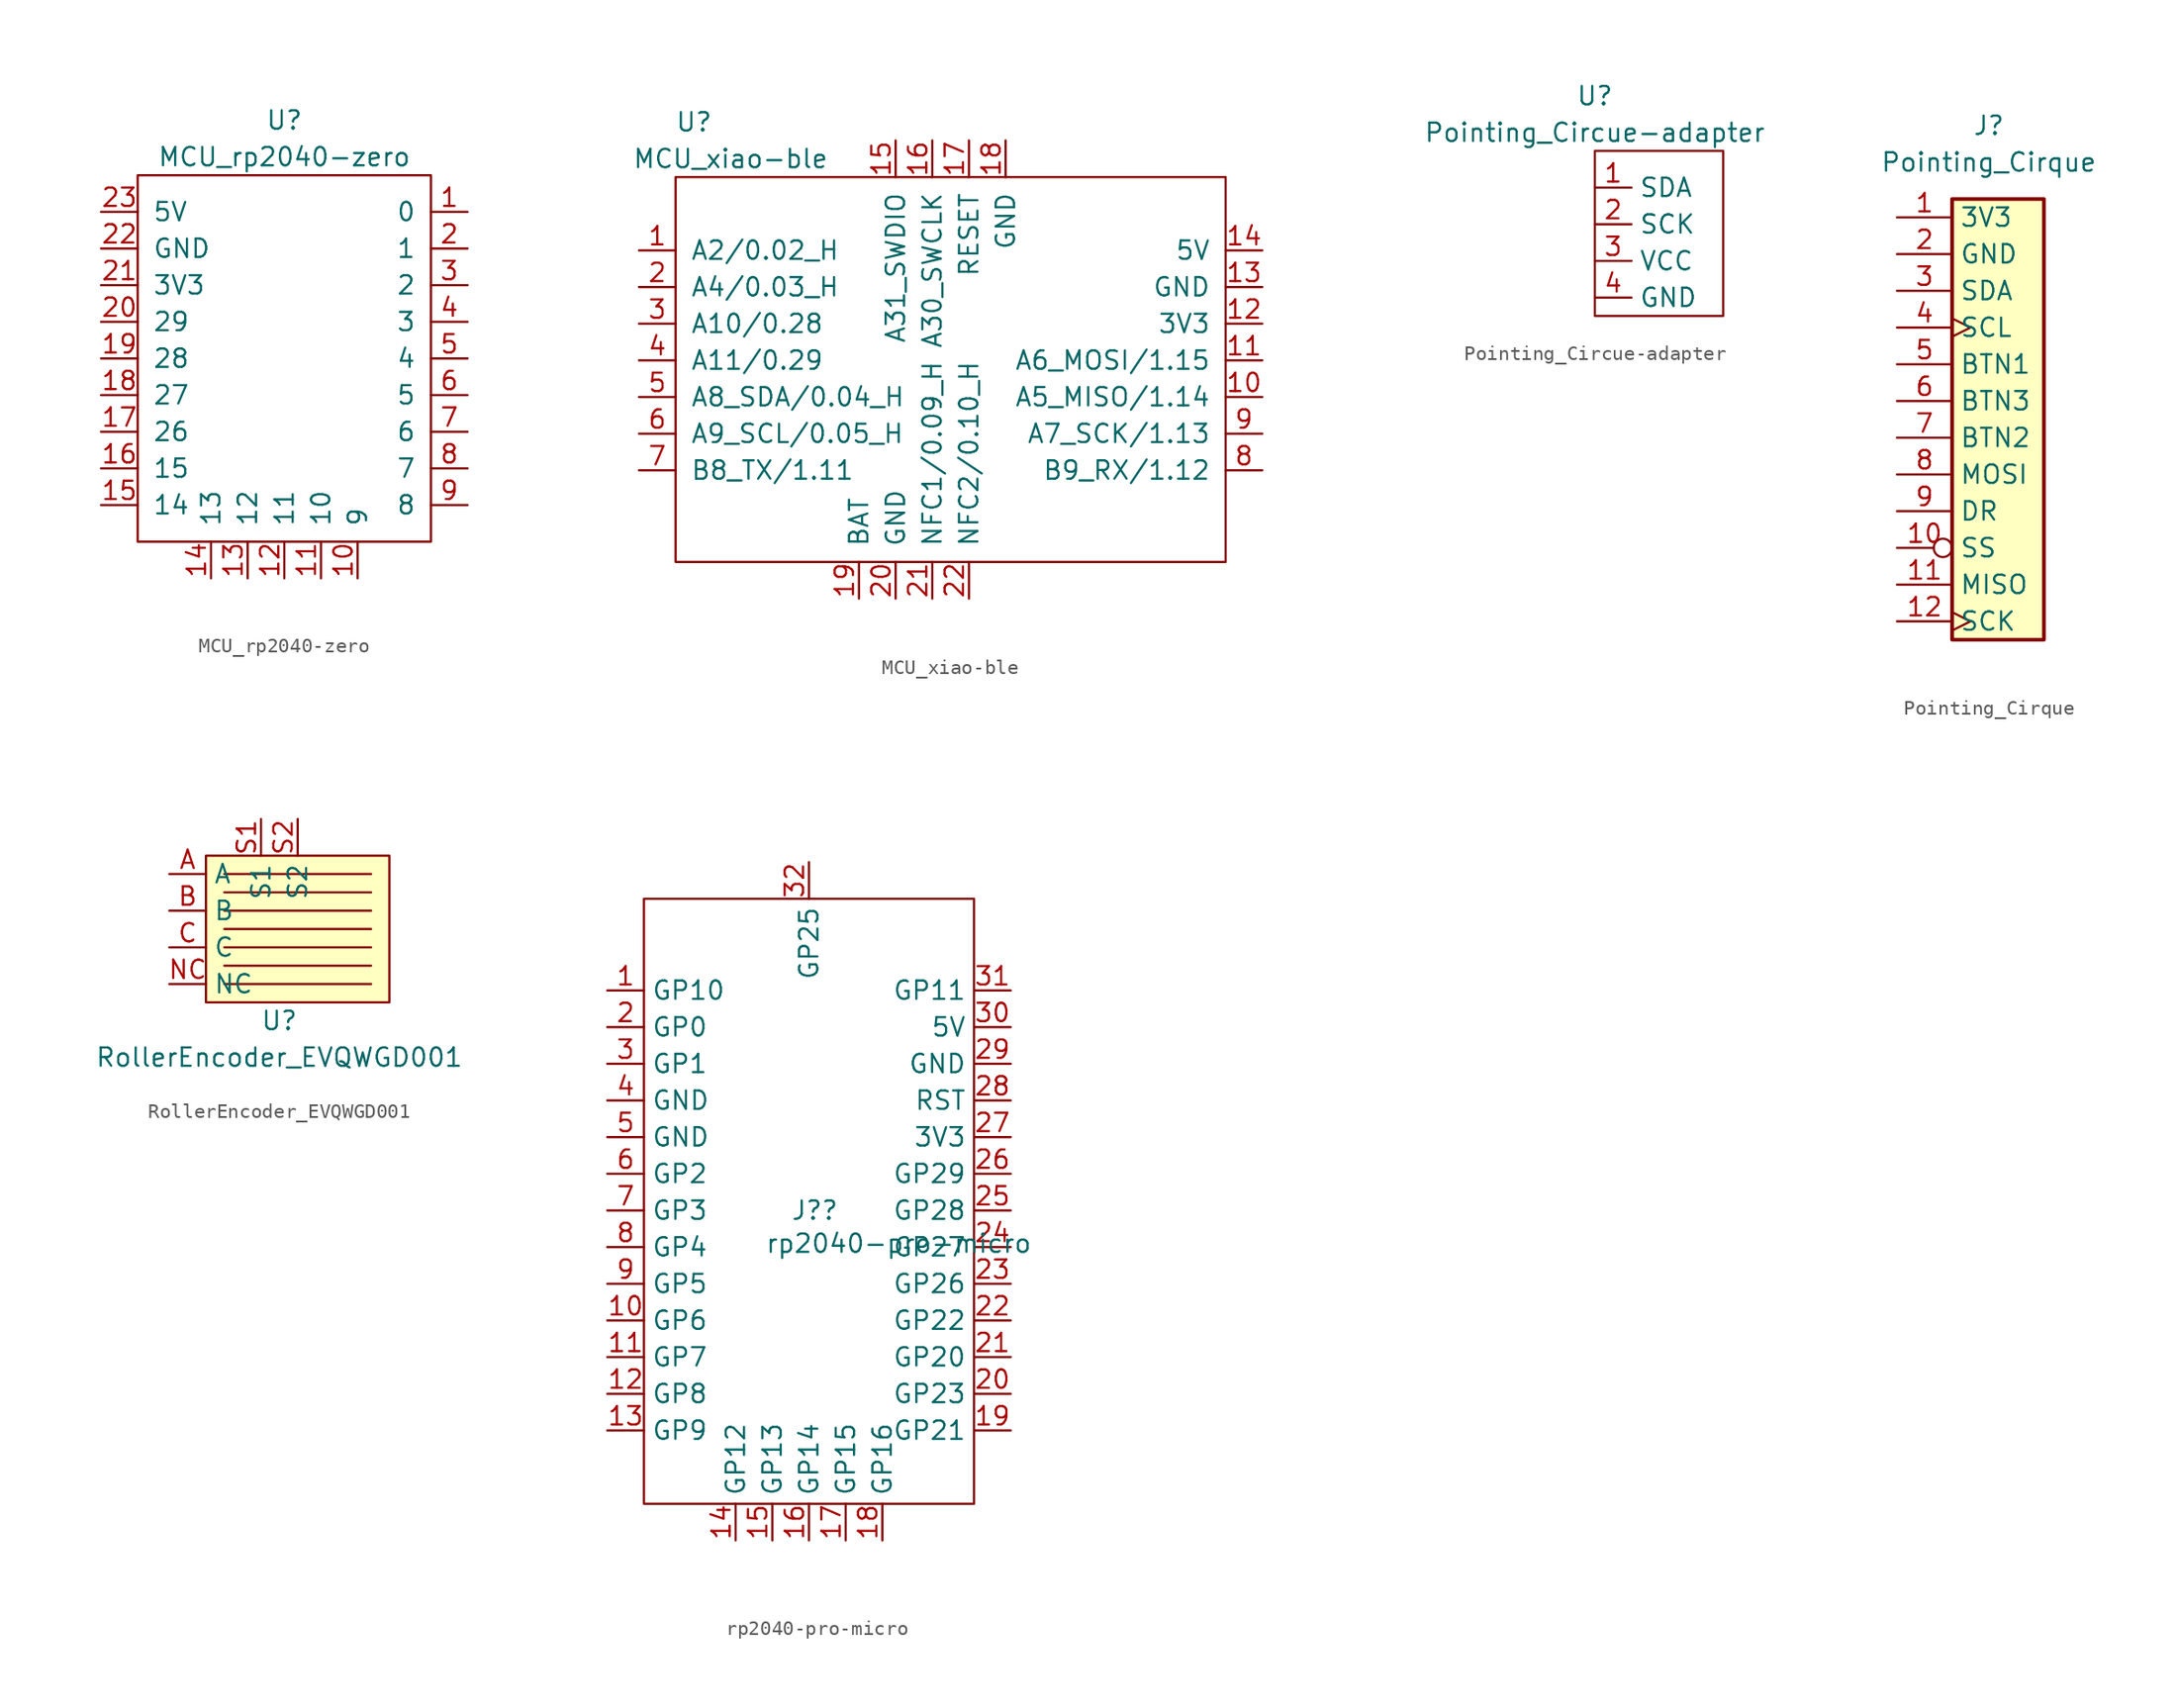
<source format=kicad_sym>
(kicad_symbol_lib
  (version 20231120)
  (generator "kicad_symbol_editor")
  (generator_version "8.0")
  (symbol "MCU_rp2040-zero"
    (pin_names
      (offset 1.016))
    (property "Reference" "U"
      (at 0 15.24 0)
      (effects (font (size 1.27 1.27))))
    (property "Value" "MCU_rp2040-zero"
      (at 0 12.7 0)
      (effects (font (size 1.27 1.27))))
    (symbol "MCU_rp2040-zero_0_1"
      (rectangle (start -10.16 11.43) (end 10.16 -13.97) (stroke (width 0) (type default)) (fill (type none))))
    (symbol "MCU_rp2040-zero_1_1"
      (pin bidirectional line (at 12.7 8.89 180) (length 2.54) (name "0" (effects (font (size 1.27 1.27)))) (number "1" (effects (font (size 1.27 1.27)))))
      (pin bidirectional line (at 5.08 -16.51 90) (length 2.54) (name "9" (effects (font (size 1.27 1.27)))) (number "10" (effects (font (size 1.27 1.27)))))
      (pin bidirectional line (at 2.54 -16.51 90) (length 2.54) (name "10" (effects (font (size 1.27 1.27)))) (number "11" (effects (font (size 1.27 1.27)))))
      (pin bidirectional line (at 0 -16.51 90) (length 2.54) (name "11" (effects (font (size 1.27 1.27)))) (number "12" (effects (font (size 1.27 1.27)))))
      (pin bidirectional line (at -2.54 -16.51 90) (length 2.54) (name "12" (effects (font (size 1.27 1.27)))) (number "13" (effects (font (size 1.27 1.27)))))
      (pin bidirectional line (at -5.08 -16.51 90) (length 2.54) (name "13" (effects (font (size 1.27 1.27)))) (number "14" (effects (font (size 1.27 1.27)))))
      (pin bidirectional line (at -12.7 -11.43 0) (length 2.54) (name "14" (effects (font (size 1.27 1.27)))) (number "15" (effects (font (size 1.27 1.27)))))
      (pin bidirectional line (at -12.7 -8.89 0) (length 2.54) (name "15" (effects (font (size 1.27 1.27)))) (number "16" (effects (font (size 1.27 1.27)))))
      (pin bidirectional line (at -12.7 -6.35 0) (length 2.54) (name "26" (effects (font (size 1.27 1.27)))) (number "17" (effects (font (size 1.27 1.27)))))
      (pin bidirectional line (at -12.7 -3.81 0) (length 2.54) (name "27" (effects (font (size 1.27 1.27)))) (number "18" (effects (font (size 1.27 1.27)))))
      (pin bidirectional line (at -12.7 -1.27 0) (length 2.54) (name "28" (effects (font (size 1.27 1.27)))) (number "19" (effects (font (size 1.27 1.27)))))
      (pin bidirectional line (at 12.7 6.35 180) (length 2.54) (name "1" (effects (font (size 1.27 1.27)))) (number "2" (effects (font (size 1.27 1.27)))))
      (pin bidirectional line (at -12.7 1.27 0) (length 2.54) (name "29" (effects (font (size 1.27 1.27)))) (number "20" (effects (font (size 1.27 1.27)))))
      (pin power_out line (at -12.7 3.81 0) (length 2.54) (name "3V3" (effects (font (size 1.27 1.27)))) (number "21" (effects (font (size 1.27 1.27)))))
      (pin power_out line (at -12.7 6.35 0) (length 2.54) (name "GND" (effects (font (size 1.27 1.27)))) (number "22" (effects (font (size 1.27 1.27)))))
      (pin power_out line (at -12.7 8.89 0) (length 2.54) (name "5V" (effects (font (size 1.27 1.27)))) (number "23" (effects (font (size 1.27 1.27)))))
      (pin bidirectional line (at 12.7 3.81 180) (length 2.54) (name "2" (effects (font (size 1.27 1.27)))) (number "3" (effects (font (size 1.27 1.27)))))
      (pin bidirectional line (at 12.7 1.27 180) (length 2.54) (name "3" (effects (font (size 1.27 1.27)))) (number "4" (effects (font (size 1.27 1.27)))))
      (pin bidirectional line (at 12.7 -1.27 180) (length 2.54) (name "4" (effects (font (size 1.27 1.27)))) (number "5" (effects (font (size 1.27 1.27)))))
      (pin bidirectional line (at 12.7 -3.81 180) (length 2.54) (name "5" (effects (font (size 1.27 1.27)))) (number "6" (effects (font (size 1.27 1.27)))))
      (pin bidirectional line (at 12.7 -6.35 180) (length 2.54) (name "6" (effects (font (size 1.27 1.27)))) (number "7" (effects (font (size 1.27 1.27)))))
      (pin bidirectional line (at 12.7 -8.89 180) (length 2.54) (name "7" (effects (font (size 1.27 1.27)))) (number "8" (effects (font (size 1.27 1.27)))))
      (pin bidirectional line (at 12.7 -11.43 180) (length 2.54) (name "8" (effects (font (size 1.27 1.27)))) (number "9" (effects (font (size 1.27 1.27)))))))
  (symbol "MCU_xiao-ble"
    (pin_names
      (offset 1.016))
    (property "Reference" "U"
      (at -17.78 16.51 0)
      (effects (font (size 1.27 1.27))))
    (property "Value" "MCU_xiao-ble"
      (at -15.24 13.97 0)
      (effects (font (size 1.27 1.27))))
    (symbol "MCU_xiao-ble_0_1"
      (rectangle (start -19.05 12.7) (end 19.05 -13.97) (stroke (width 0) (type default)) (fill (type none))))
    (symbol "MCU_xiao-ble_1_1"
      (pin bidirectional line (at -21.59 7.62 0) (length 2.54) (name "A2/0.02_H" (effects (font (size 1.27 1.27)))) (number "1" (effects (font (size 1.27 1.27)))))
      (pin bidirectional line (at 21.59 -2.54 180) (length 2.54) (name "A5_MISO/1.14" (effects (font (size 1.27 1.27)))) (number "10" (effects (font (size 1.27 1.27)))))
      (pin bidirectional line (at 21.59 0 180) (length 2.54) (name "A6_MOSI/1.15" (effects (font (size 1.27 1.27)))) (number "11" (effects (font (size 1.27 1.27)))))
      (pin power_out line (at 21.59 2.54 180) (length 2.54) (name "3V3" (effects (font (size 1.27 1.27)))) (number "12" (effects (font (size 1.27 1.27)))))
      (pin power_out line (at 21.59 5.08 180) (length 2.54) (name "GND" (effects (font (size 1.27 1.27)))) (number "13" (effects (font (size 1.27 1.27)))))
      (pin power_out line (at 21.59 7.62 180) (length 2.54) (name "5V" (effects (font (size 1.27 1.27)))) (number "14" (effects (font (size 1.27 1.27)))))
      (pin input line (at -3.81 15.24 270) (length 2.54) (name "A31_SWDIO" (effects (font (size 1.27 1.27)))) (number "15" (effects (font (size 1.27 1.27)))))
      (pin input line (at -1.27 15.24 270) (length 2.54) (name "A30_SWCLK" (effects (font (size 1.27 1.27)))) (number "16" (effects (font (size 1.27 1.27)))))
      (pin input line (at 1.27 15.24 270) (length 2.54) (name "RESET" (effects (font (size 1.27 1.27)))) (number "17" (effects (font (size 1.27 1.27)))))
      (pin power_out line (at 3.81 15.24 270) (length 2.54) (name "GND" (effects (font (size 1.27 1.27)))) (number "18" (effects (font (size 1.27 1.27)))))
      (pin bidirectional line (at -6.35 -16.51 90) (length 2.54) (name "BAT" (effects (font (size 1.27 1.27)))) (number "19" (effects (font (size 1.27 1.27)))))
      (pin bidirectional line (at -21.59 5.08 0) (length 2.54) (name "A4/0.03_H" (effects (font (size 1.27 1.27)))) (number "2" (effects (font (size 1.27 1.27)))))
      (pin power_out line (at -3.81 -16.51 90) (length 2.54) (name "GND" (effects (font (size 1.27 1.27)))) (number "20" (effects (font (size 1.27 1.27)))))
      (pin bidirectional line (at -1.27 -16.51 90) (length 2.54) (name "NFC1/0.09_H" (effects (font (size 1.27 1.27)))) (number "21" (effects (font (size 1.27 1.27)))))
      (pin bidirectional line (at 1.27 -16.51 90) (length 2.54) (name "NFC2/0.10_H" (effects (font (size 1.27 1.27)))) (number "22" (effects (font (size 1.27 1.27)))))
      (pin bidirectional line (at -21.59 2.54 0) (length 2.54) (name "A10/0.28" (effects (font (size 1.27 1.27)))) (number "3" (effects (font (size 1.27 1.27)))))
      (pin bidirectional line (at -21.59 0 0) (length 2.54) (name "A11/0.29" (effects (font (size 1.27 1.27)))) (number "4" (effects (font (size 1.27 1.27)))))
      (pin bidirectional line (at -21.59 -2.54 0) (length 2.54) (name "A8_SDA/0.04_H" (effects (font (size 1.27 1.27)))) (number "5" (effects (font (size 1.27 1.27)))))
      (pin bidirectional line (at -21.59 -5.08 0) (length 2.54) (name "A9_SCL/0.05_H" (effects (font (size 1.27 1.27)))) (number "6" (effects (font (size 1.27 1.27)))))
      (pin bidirectional line (at -21.59 -7.62 0) (length 2.54) (name "B8_TX/1.11" (effects (font (size 1.27 1.27)))) (number "7" (effects (font (size 1.27 1.27)))))
      (pin bidirectional line (at 21.59 -7.62 180) (length 2.54) (name "B9_RX/1.12" (effects (font (size 1.27 1.27)))) (number "8" (effects (font (size 1.27 1.27)))))
      (pin bidirectional line (at 21.59 -5.08 180) (length 2.54) (name "A7_SCK/1.13" (effects (font (size 1.27 1.27)))) (number "9" (effects (font (size 1.27 1.27)))))))
  (symbol "Pointing_Circue-adapter"
    (property "Reference" "U"
      (at 0 10.16 0)
      (effects (font (size 1.27 1.27))))
    (property "Value" "Pointing_Circue-adapter"
      (at 0 7.62 0)
      (effects (font (size 1.27 1.27))))
    (symbol "Pointing_Circue-adapter_0_1"
      (rectangle (start 0 6.35) (end 8.89 -5.08) (stroke (width 0) (type default)) (fill (type none))))
    (symbol "Pointing_Circue-adapter_1_1"
      (pin input line (at 0 3.81 0) (length 2.54) (name "SDA" (effects (font (size 1.27 1.27)))) (number "1" (effects (font (size 1.27 1.27)))))
      (pin input line (at 0 1.27 0) (length 2.54) (name "SCK" (effects (font (size 1.27 1.27)))) (number "2" (effects (font (size 1.27 1.27)))))
      (pin power_in line (at 0 -1.27 0) (length 2.54) (name "VCC" (effects (font (size 1.27 1.27)))) (number "3" (effects (font (size 1.27 1.27)))))
      (pin power_in line (at 0 -3.81 0) (length 2.54) (name "GND" (effects (font (size 1.27 1.27)))) (number "4" (effects (font (size 1.27 1.27)))))))
  (symbol "Pointing_Cirque"
    (property "Reference" "J"
      (at 0 20.32 0)
      (effects (font (size 1.27 1.27))))
    (property "Value" "Pointing_Cirque"
      (at 0 17.78 0)
      (effects (font (size 1.27 1.27))))
    (symbol "Pointing_Cirque_1_1"
      (rectangle (start -2.54 15.24) (end 3.81 -15.24) (stroke (width 0.254) (type default)) (fill (type background)))
      (pin power_in line (at -6.35 13.97 0) (length 3.81) (name "3V3" (effects (font (size 1.27 1.27)))) (number "1" (effects (font (size 1.27 1.27)))))
      (pin input inverted (at -6.35 -8.89 0) (length 3.81) (name "SS" (effects (font (size 1.27 1.27)))) (number "10" (effects (font (size 1.27 1.27)))))
      (pin output line (at -6.35 -11.43 0) (length 3.81) (name "MISO" (effects (font (size 1.27 1.27)))) (number "11" (effects (font (size 1.27 1.27)))))
      (pin input clock (at -6.35 -13.97 0) (length 3.81) (name "SCK" (effects (font (size 1.27 1.27)))) (number "12" (effects (font (size 1.27 1.27)))))
      (pin power_in line (at -6.35 11.43 0) (length 3.81) (name "GND" (effects (font (size 1.27 1.27)))) (number "2" (effects (font (size 1.27 1.27)))))
      (pin bidirectional line (at -6.35 8.89 0) (length 3.81) (name "SDA" (effects (font (size 1.27 1.27)))) (number "3" (effects (font (size 1.27 1.27)))))
      (pin bidirectional clock (at -6.35 6.35 0) (length 3.81) (name "SCL" (effects (font (size 1.27 1.27)))) (number "4" (effects (font (size 1.27 1.27)))))
      (pin output line (at -6.35 3.81 0) (length 3.81) (name "BTN1" (effects (font (size 1.27 1.27)))) (number "5" (effects (font (size 1.27 1.27)))))
      (pin output line (at -6.35 1.27 0) (length 3.81) (name "BTN3" (effects (font (size 1.27 1.27)))) (number "6" (effects (font (size 1.27 1.27)))))
      (pin output line (at -6.35 -1.27 0) (length 3.81) (name "BTN2" (effects (font (size 1.27 1.27)))) (number "7" (effects (font (size 1.27 1.27)))))
      (pin input line (at -6.35 -3.81 0) (length 3.81) (name "MOSI" (effects (font (size 1.27 1.27)))) (number "8" (effects (font (size 1.27 1.27)))))
      (pin bidirectional line (at -6.35 -6.35 0) (length 3.81) (name "DR" (effects (font (size 1.27 1.27)))) (number "9" (effects (font (size 1.27 1.27)))))))
  (symbol "RollerEncoder_EVQWGD001"
    (property "Reference" "U"
      (at 0 -5.08 0)
      (effects (font (size 1.27 1.27))))
    (property "Value" "RollerEncoder_EVQWGD001"
      (at 0 -7.62 0)
      (effects (font (size 1.27 1.27))))
    (symbol "RollerEncoder_EVQWGD001_0_1"
      (rectangle (start -5.08 6.35) (end 7.62 -3.81) (stroke (width 0) (type default)) (fill (type background)))
      (polyline (pts (xy -3.81 -2.54) (xy 6.35 -2.54)) (stroke (width 0) (type default)) (fill (type none)))
      (polyline (pts (xy -3.81 -1.27) (xy 6.35 -1.27)) (stroke (width 0) (type default)) (fill (type none)))
      (polyline (pts (xy -3.81 0) (xy 6.35 0)) (stroke (width 0) (type default)) (fill (type none)))
      (polyline (pts (xy -3.81 1.27) (xy 6.35 1.27)) (stroke (width 0) (type default)) (fill (type none)))
      (polyline (pts (xy -3.81 2.54) (xy 6.35 2.54)) (stroke (width 0) (type default)) (fill (type none)))
      (polyline (pts (xy -3.81 3.81) (xy 6.35 3.81)) (stroke (width 0) (type default)) (fill (type none)))
      (polyline (pts (xy -3.81 5.08) (xy 6.35 5.08)) (stroke (width 0) (type default)) (fill (type none))))
    (symbol "RollerEncoder_EVQWGD001_1_1"
      (pin output line (at -7.62 5.08 0) (length 2.54) (name "A" (effects (font (size 1.27 1.27)))) (number "A" (effects (font (size 1.27 1.27)))))
      (pin output line (at -7.62 2.54 0) (length 2.54) (name "B" (effects (font (size 1.27 1.27)))) (number "B" (effects (font (size 1.27 1.27)))))
      (pin passive line (at -7.62 0 0) (length 2.54) (name "C" (effects (font (size 1.27 1.27)))) (number "C" (effects (font (size 1.27 1.27)))))
      (pin unspecified line (at -7.62 -2.54 0) (length 2.54) (name "NC" (effects (font (size 1.27 1.27)))) (number "NC" (effects (font (size 1.27 1.27)))))
      (pin output line (at -1.27 8.89 270) (length 2.54) (name "S1" (effects (font (size 1.27 1.27)))) (number "S1" (effects (font (size 1.27 1.27)))))
      (pin output line (at 1.27 8.89 270) (length 2.54) (name "S2" (effects (font (size 1.27 1.27)))) (number "S2" (effects (font (size 1.27 1.27)))))))
  (symbol "rp2040-pro-micro"
    (property "Reference" "J?"
      (at -1.27 0 0)
      (effects (font (size 1.27 1.27)) (justify left)))
    (property "Value" "rp2040-pro-micro"
      (at -3.048 -2.286 0)
      (effects (font (size 1.27 1.27)) (justify left)))
    (symbol "rp2040-pro-micro_0_1"
      (rectangle (start -11.43 21.59) (end 11.43 -20.32) (stroke (width 0.152) (type default)) (fill (type none))))
    (symbol "rp2040-pro-micro_1_1"
      (pin bidirectional line (at -13.97 15.24 0) (length 2.54) (name "GP10" (effects (font (size 1.27 1.27)))) (number "1" (effects (font (size 1.27 1.27)))))
      (pin bidirectional line (at -13.97 -7.62 0) (length 2.54) (name "GP6" (effects (font (size 1.27 1.27)))) (number "10" (effects (font (size 1.27 1.27)))))
      (pin bidirectional line (at -13.97 -10.16 0) (length 2.54) (name "GP7" (effects (font (size 1.27 1.27)))) (number "11" (effects (font (size 1.27 1.27)))))
      (pin bidirectional line (at -13.97 -12.7 0) (length 2.54) (name "GP8" (effects (font (size 1.27 1.27)))) (number "12" (effects (font (size 1.27 1.27)))))
      (pin bidirectional line (at -13.97 -15.24 0) (length 2.54) (name "GP9" (effects (font (size 1.27 1.27)))) (number "13" (effects (font (size 1.27 1.27)))))
      (pin bidirectional line (at -5.08 -22.86 90) (length 2.54) (name "GP12" (effects (font (size 1.27 1.27)))) (number "14" (effects (font (size 1.27 1.27)))))
      (pin bidirectional line (at -2.54 -22.86 90) (length 2.54) (name "GP13" (effects (font (size 1.27 1.27)))) (number "15" (effects (font (size 1.27 1.27)))))
      (pin bidirectional line (at 0 -22.86 90) (length 2.54) (name "GP14" (effects (font (size 1.27 1.27)))) (number "16" (effects (font (size 1.27 1.27)))))
      (pin bidirectional line (at 2.54 -22.86 90) (length 2.54) (name "GP15" (effects (font (size 1.27 1.27)))) (number "17" (effects (font (size 1.27 1.27)))))
      (pin bidirectional line (at 5.08 -22.86 90) (length 2.54) (name "GP16" (effects (font (size 1.27 1.27)))) (number "18" (effects (font (size 1.27 1.27)))))
      (pin bidirectional line (at 13.97 -15.24 180) (length 2.54) (name "GP21" (effects (font (size 1.27 1.27)))) (number "19" (effects (font (size 1.27 1.27)))))
      (pin bidirectional line (at -13.97 12.7 0) (length 2.54) (name "GP0" (effects (font (size 1.27 1.27)))) (number "2" (effects (font (size 1.27 1.27)))))
      (pin bidirectional line (at 13.97 -12.7 180) (length 2.54) (name "GP23" (effects (font (size 1.27 1.27)))) (number "20" (effects (font (size 1.27 1.27)))))
      (pin bidirectional line (at 13.97 -10.16 180) (length 2.54) (name "GP20" (effects (font (size 1.27 1.27)))) (number "21" (effects (font (size 1.27 1.27)))))
      (pin bidirectional line (at 13.97 -7.62 180) (length 2.54) (name "GP22" (effects (font (size 1.27 1.27)))) (number "22" (effects (font (size 1.27 1.27)))))
      (pin bidirectional line (at 13.97 -5.08 180) (length 2.54) (name "GP26" (effects (font (size 1.27 1.27)))) (number "23" (effects (font (size 1.27 1.27)))))
      (pin bidirectional line (at 13.97 -2.54 180) (length 2.54) (name "GP27" (effects (font (size 1.27 1.27)))) (number "24" (effects (font (size 1.27 1.27)))))
      (pin bidirectional line (at 13.97 0 180) (length 2.54) (name "GP28" (effects (font (size 1.27 1.27)))) (number "25" (effects (font (size 1.27 1.27)))))
      (pin bidirectional line (at 13.97 2.54 180) (length 2.54) (name "GP29" (effects (font (size 1.27 1.27)))) (number "26" (effects (font (size 1.27 1.27)))))
      (pin power_in line (at 13.97 5.08 180) (length 2.54) (name "3V3" (effects (font (size 1.27 1.27)))) (number "27" (effects (font (size 1.27 1.27)))))
      (pin bidirectional line (at 13.97 7.62 180) (length 2.54) (name "RST" (effects (font (size 1.27 1.27)))) (number "28" (effects (font (size 1.27 1.27)))))
      (pin power_in line (at 13.97 10.16 180) (length 2.54) (name "GND" (effects (font (size 1.27 1.27)))) (number "29" (effects (font (size 1.27 1.27)))))
      (pin bidirectional line (at -13.97 10.16 0) (length 2.54) (name "GP1" (effects (font (size 1.27 1.27)))) (number "3" (effects (font (size 1.27 1.27)))))
      (pin power_in line (at 13.97 12.7 180) (length 2.54) (name "5V" (effects (font (size 1.27 1.27)))) (number "30" (effects (font (size 1.27 1.27)))))
      (pin bidirectional line (at 13.97 15.24 180) (length 2.54) (name "GP11" (effects (font (size 1.27 1.27)))) (number "31" (effects (font (size 1.27 1.27)))))
      (pin bidirectional line (at 0 24.13 270) (length 2.54) (name "GP25" (effects (font (size 1.27 1.27)))) (number "32" (effects (font (size 1.27 1.27)))))
      (pin power_in line (at -13.97 7.62 0) (length 2.54) (name "GND" (effects (font (size 1.27 1.27)))) (number "4" (effects (font (size 1.27 1.27)))))
      (pin power_in line (at -13.97 5.08 0) (length 2.54) (name "GND" (effects (font (size 1.27 1.27)))) (number "5" (effects (font (size 1.27 1.27)))))
      (pin bidirectional line (at -13.97 2.54 0) (length 2.54) (name "GP2" (effects (font (size 1.27 1.27)))) (number "6" (effects (font (size 1.27 1.27)))))
      (pin bidirectional line (at -13.97 0 0) (length 2.54) (name "GP3" (effects (font (size 1.27 1.27)))) (number "7" (effects (font (size 1.27 1.27)))))
      (pin bidirectional line (at -13.97 -2.54 0) (length 2.54) (name "GP4" (effects (font (size 1.27 1.27)))) (number "8" (effects (font (size 1.27 1.27)))))
      (pin bidirectional line (at -13.97 -5.08 0) (length 2.54) (name "GP5" (effects (font (size 1.27 1.27)))) (number "9" (effects (font (size 1.27 1.27))))))))
</source>
